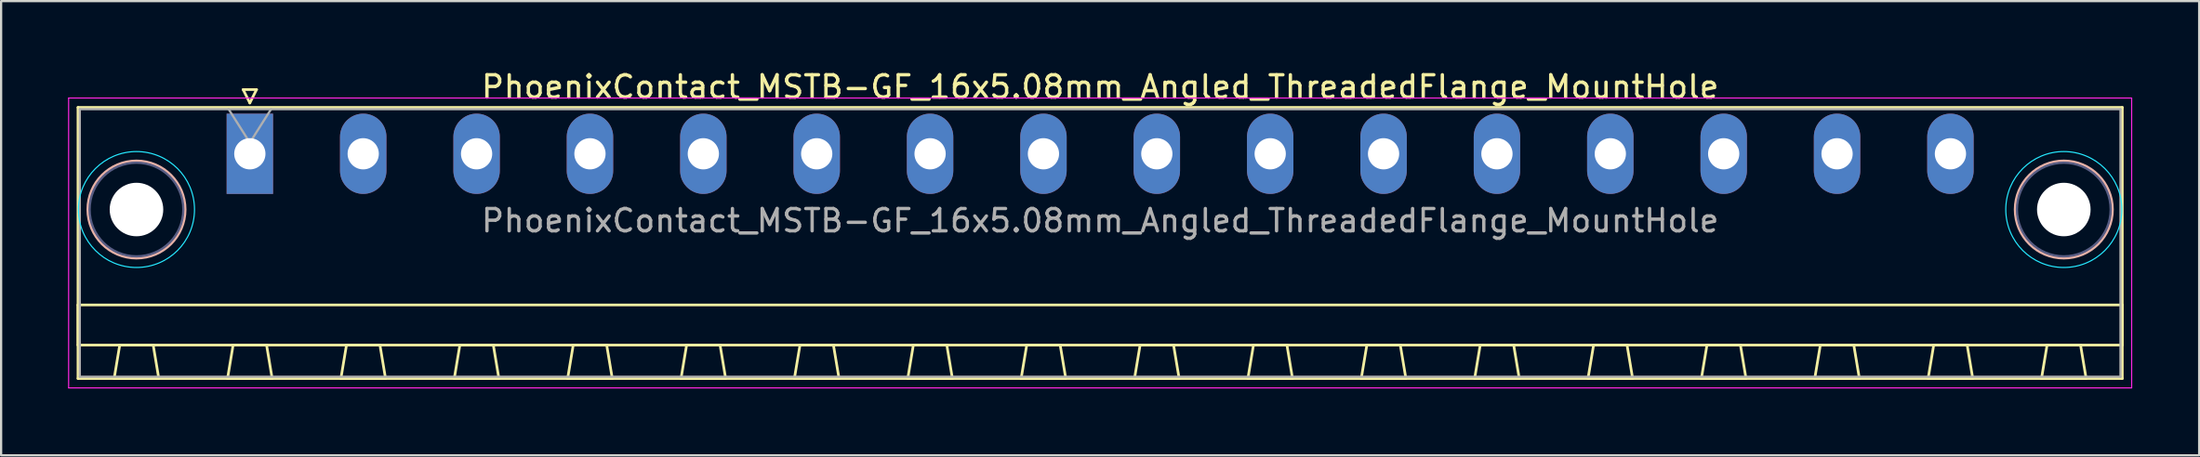
<source format=kicad_pcb>
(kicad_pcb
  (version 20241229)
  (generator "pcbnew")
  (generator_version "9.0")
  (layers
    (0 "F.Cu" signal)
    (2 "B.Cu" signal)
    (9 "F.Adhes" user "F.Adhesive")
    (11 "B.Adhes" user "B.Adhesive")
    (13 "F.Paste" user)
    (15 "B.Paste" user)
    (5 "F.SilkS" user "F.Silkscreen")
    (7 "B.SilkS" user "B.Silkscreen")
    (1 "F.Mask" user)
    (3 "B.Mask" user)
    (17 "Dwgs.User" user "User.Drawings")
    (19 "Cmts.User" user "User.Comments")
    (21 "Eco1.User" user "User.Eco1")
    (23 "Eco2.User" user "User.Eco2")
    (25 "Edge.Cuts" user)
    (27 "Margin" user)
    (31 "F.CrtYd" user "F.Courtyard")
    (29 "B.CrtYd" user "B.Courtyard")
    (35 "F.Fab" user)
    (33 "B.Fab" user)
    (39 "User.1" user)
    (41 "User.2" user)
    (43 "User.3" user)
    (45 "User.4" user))
  (footprint "PhoenixContact_MSTB-GF_16x5.08mm_Angled_ThreadedFlange_MountHole"
    (layer "F.Cu")
    (at 8.145 3.848)
    (property "Reference" "PhoenixContact_MSTB-GF_16x5.08mm_Angled_ThreadedFlange_MountHole" (at 38.1 -3 0) (layer "F.SilkS") (effects (font (size 1 1) (thickness 0.15))))
    (attr through_hole)
    (fp_line (start -7.7 -2.08) (end -7.7 10.08) (stroke (width 0.12) (type solid)) (layer "F.SilkS"))
    (fp_line (start -7.7 6.78) (end 83.9 6.78) (stroke (width 0.12) (type solid)) (layer "F.SilkS"))
    (fp_line (start -7.7 8.58) (end -7.7 6.78) (stroke (width 0.12) (type solid)) (layer "F.SilkS"))
    (fp_line (start -7.7 10.08) (end 83.9 10.08) (stroke (width 0.12) (type solid)) (layer "F.SilkS"))
    (fp_line (start -6.08 10.08) (end -4.08 10.08) (stroke (width 0.12) (type solid)) (layer "F.SilkS"))
    (fp_line (start -5.83 8.58) (end -6.08 10.08) (stroke (width 0.12) (type solid)) (layer "F.SilkS"))
    (fp_line (start -4.33 8.58) (end -5.83 8.58) (stroke (width 0.12) (type solid)) (layer "F.SilkS"))
    (fp_line (start -4.08 10.08) (end -4.33 8.58) (stroke (width 0.12) (type solid)) (layer "F.SilkS"))
    (fp_line (start -1 10.08) (end 1 10.08) (stroke (width 0.12) (type solid)) (layer "F.SilkS"))
    (fp_line (start -0.75 8.58) (end -1 10.08) (stroke (width 0.12) (type solid)) (layer "F.SilkS"))
    (fp_line (start -0.3 -2.88) (end 0.3 -2.88) (stroke (width 0.12) (type solid)) (layer "F.SilkS"))
    (fp_line (start 0 -2.28) (end -0.3 -2.88) (stroke (width 0.12) (type solid)) (layer "F.SilkS"))
    (fp_line (start 0.3 -2.88) (end 0 -2.28) (stroke (width 0.12) (type solid)) (layer "F.SilkS"))
    (fp_line (start 0.75 8.58) (end -0.75 8.58) (stroke (width 0.12) (type solid)) (layer "F.SilkS"))
    (fp_line (start 1 10.08) (end 0.75 8.58) (stroke (width 0.12) (type solid)) (layer "F.SilkS"))
    (fp_line (start 4.08 10.08) (end 6.08 10.08) (stroke (width 0.12) (type solid)) (layer "F.SilkS"))
    (fp_line (start 4.33 8.58) (end 4.08 10.08) (stroke (width 0.12) (type solid)) (layer "F.SilkS"))
    (fp_line (start 5.83 8.58) (end 4.33 8.58) (stroke (width 0.12) (type solid)) (layer "F.SilkS"))
    (fp_line (start 6.08 10.08) (end 5.83 8.58) (stroke (width 0.12) (type solid)) (layer "F.SilkS"))
    (fp_line (start 9.16 10.08) (end 11.16 10.08) (stroke (width 0.12) (type solid)) (layer "F.SilkS"))
    (fp_line (start 9.41 8.58) (end 9.16 10.08) (stroke (width 0.12) (type solid)) (layer "F.SilkS"))
    (fp_line (start 10.91 8.58) (end 9.41 8.58) (stroke (width 0.12) (type solid)) (layer "F.SilkS"))
    (fp_line (start 11.16 10.08) (end 10.91 8.58) (stroke (width 0.12) (type solid)) (layer "F.SilkS"))
    (fp_line (start 14.24 10.08) (end 16.24 10.08) (stroke (width 0.12) (type solid)) (layer "F.SilkS"))
    (fp_line (start 14.49 8.58) (end 14.24 10.08) (stroke (width 0.12) (type solid)) (layer "F.SilkS"))
    (fp_line (start 15.99 8.58) (end 14.49 8.58) (stroke (width 0.12) (type solid)) (layer "F.SilkS"))
    (fp_line (start 16.24 10.08) (end 15.99 8.58) (stroke (width 0.12) (type solid)) (layer "F.SilkS"))
    (fp_line (start 19.32 10.08) (end 21.32 10.08) (stroke (width 0.12) (type solid)) (layer "F.SilkS"))
    (fp_line (start 19.57 8.58) (end 19.32 10.08) (stroke (width 0.12) (type solid)) (layer "F.SilkS"))
    (fp_line (start 21.07 8.58) (end 19.57 8.58) (stroke (width 0.12) (type solid)) (layer "F.SilkS"))
    (fp_line (start 21.32 10.08) (end 21.07 8.58) (stroke (width 0.12) (type solid)) (layer "F.SilkS"))
    (fp_line (start 24.4 10.08) (end 26.4 10.08) (stroke (width 0.12) (type solid)) (layer "F.SilkS"))
    (fp_line (start 24.65 8.58) (end 24.4 10.08) (stroke (width 0.12) (type solid)) (layer "F.SilkS"))
    (fp_line (start 26.15 8.58) (end 24.65 8.58) (stroke (width 0.12) (type solid)) (layer "F.SilkS"))
    (fp_line (start 26.4 10.08) (end 26.15 8.58) (stroke (width 0.12) (type solid)) (layer "F.SilkS"))
    (fp_line (start 29.48 10.08) (end 31.48 10.08) (stroke (width 0.12) (type solid)) (layer "F.SilkS"))
    (fp_line (start 29.73 8.58) (end 29.48 10.08) (stroke (width 0.12) (type solid)) (layer "F.SilkS"))
    (fp_line (start 31.23 8.58) (end 29.73 8.58) (stroke (width 0.12) (type solid)) (layer "F.SilkS"))
    (fp_line (start 31.48 10.08) (end 31.23 8.58) (stroke (width 0.12) (type solid)) (layer "F.SilkS"))
    (fp_line (start 34.56 10.08) (end 36.56 10.08) (stroke (width 0.12) (type solid)) (layer "F.SilkS"))
    (fp_line (start 34.81 8.58) (end 34.56 10.08) (stroke (width 0.12) (type solid)) (layer "F.SilkS"))
    (fp_line (start 36.31 8.58) (end 34.81 8.58) (stroke (width 0.12) (type solid)) (layer "F.SilkS"))
    (fp_line (start 36.56 10.08) (end 36.31 8.58) (stroke (width 0.12) (type solid)) (layer "F.SilkS"))
    (fp_line (start 39.64 10.08) (end 41.64 10.08) (stroke (width 0.12) (type solid)) (layer "F.SilkS"))
    (fp_line (start 39.89 8.58) (end 39.64 10.08) (stroke (width 0.12) (type solid)) (layer "F.SilkS"))
    (fp_line (start 41.39 8.58) (end 39.89 8.58) (stroke (width 0.12) (type solid)) (layer "F.SilkS"))
    (fp_line (start 41.64 10.08) (end 41.39 8.58) (stroke (width 0.12) (type solid)) (layer "F.SilkS"))
    (fp_line (start 44.72 10.08) (end 46.72 10.08) (stroke (width 0.12) (type solid)) (layer "F.SilkS"))
    (fp_line (start 44.97 8.58) (end 44.72 10.08) (stroke (width 0.12) (type solid)) (layer "F.SilkS"))
    (fp_line (start 46.47 8.58) (end 44.97 8.58) (stroke (width 0.12) (type solid)) (layer "F.SilkS"))
    (fp_line (start 46.72 10.08) (end 46.47 8.58) (stroke (width 0.12) (type solid)) (layer "F.SilkS"))
    (fp_line (start 49.8 10.08) (end 51.8 10.08) (stroke (width 0.12) (type solid)) (layer "F.SilkS"))
    (fp_line (start 50.05 8.58) (end 49.8 10.08) (stroke (width 0.12) (type solid)) (layer "F.SilkS"))
    (fp_line (start 51.55 8.58) (end 50.05 8.58) (stroke (width 0.12) (type solid)) (layer "F.SilkS"))
    (fp_line (start 51.8 10.08) (end 51.55 8.58) (stroke (width 0.12) (type solid)) (layer "F.SilkS"))
    (fp_line (start 54.88 10.08) (end 56.88 10.08) (stroke (width 0.12) (type solid)) (layer "F.SilkS"))
    (fp_line (start 55.13 8.58) (end 54.88 10.08) (stroke (width 0.12) (type solid)) (layer "F.SilkS"))
    (fp_line (start 56.63 8.58) (end 55.13 8.58) (stroke (width 0.12) (type solid)) (layer "F.SilkS"))
    (fp_line (start 56.88 10.08) (end 56.63 8.58) (stroke (width 0.12) (type solid)) (layer "F.SilkS"))
    (fp_line (start 59.96 10.08) (end 61.96 10.08) (stroke (width 0.12) (type solid)) (layer "F.SilkS"))
    (fp_line (start 60.21 8.58) (end 59.96 10.08) (stroke (width 0.12) (type solid)) (layer "F.SilkS"))
    (fp_line (start 61.71 8.58) (end 60.21 8.58) (stroke (width 0.12) (type solid)) (layer "F.SilkS"))
    (fp_line (start 61.96 10.08) (end 61.71 8.58) (stroke (width 0.12) (type solid)) (layer "F.SilkS"))
    (fp_line (start 65.04 10.08) (end 67.04 10.08) (stroke (width 0.12) (type solid)) (layer "F.SilkS"))
    (fp_line (start 65.29 8.58) (end 65.04 10.08) (stroke (width 0.12) (type solid)) (layer "F.SilkS"))
    (fp_line (start 66.79 8.58) (end 65.29 8.58) (stroke (width 0.12) (type solid)) (layer "F.SilkS"))
    (fp_line (start 67.04 10.08) (end 66.79 8.58) (stroke (width 0.12) (type solid)) (layer "F.SilkS"))
    (fp_line (start 70.12 10.08) (end 72.12 10.08) (stroke (width 0.12) (type solid)) (layer "F.SilkS"))
    (fp_line (start 70.37 8.58) (end 70.12 10.08) (stroke (width 0.12) (type solid)) (layer "F.SilkS"))
    (fp_line (start 71.87 8.58) (end 70.37 8.58) (stroke (width 0.12) (type solid)) (layer "F.SilkS"))
    (fp_line (start 72.12 10.08) (end 71.87 8.58) (stroke (width 0.12) (type solid)) (layer "F.SilkS"))
    (fp_line (start 75.2 10.08) (end 77.2 10.08) (stroke (width 0.12) (type solid)) (layer "F.SilkS"))
    (fp_line (start 75.45 8.58) (end 75.2 10.08) (stroke (width 0.12) (type solid)) (layer "F.SilkS"))
    (fp_line (start 76.95 8.58) (end 75.45 8.58) (stroke (width 0.12) (type solid)) (layer "F.SilkS"))
    (fp_line (start 77.2 10.08) (end 76.95 8.58) (stroke (width 0.12) (type solid)) (layer "F.SilkS"))
    (fp_line (start 80.28 10.08) (end 82.28 10.08) (stroke (width 0.12) (type solid)) (layer "F.SilkS"))
    (fp_line (start 80.53 8.58) (end 80.28 10.08) (stroke (width 0.12) (type solid)) (layer "F.SilkS"))
    (fp_line (start 82.03 8.58) (end 80.53 8.58) (stroke (width 0.12) (type solid)) (layer "F.SilkS"))
    (fp_line (start 82.28 10.08) (end 82.03 8.58) (stroke (width 0.12) (type solid)) (layer "F.SilkS"))
    (fp_line (start 83.9 -2.08) (end -7.7 -2.08) (stroke (width 0.12) (type solid)) (layer "F.SilkS"))
    (fp_line (start 83.9 6.78) (end 83.9 8.58) (stroke (width 0.12) (type solid)) (layer "F.SilkS"))
    (fp_line (start 83.9 8.58) (end -7.7 8.58) (stroke (width 0.12) (type solid)) (layer "F.SilkS"))
    (fp_line (start 83.9 10.08) (end 83.9 -2.08) (stroke (width 0.12) (type solid)) (layer "F.SilkS"))
    (fp_circle (center -5.08 2.5) (end -2.9 2.5) (stroke (width 0.12) (type solid)) (fill no) (layer "B.SilkS"))
    (fp_circle (center 81.28 2.5) (end 83.46 2.5) (stroke (width 0.12) (type solid)) (fill no) (layer "B.SilkS"))
    (fp_circle (center -5.08 2.5) (end -2.48 2.5) (stroke (width 0.05) (type solid)) (fill no) (layer "B.CrtYd"))
    (fp_circle (center 81.28 2.5) (end 83.88 2.5) (stroke (width 0.05) (type solid)) (fill no) (layer "B.CrtYd"))
    (fp_line (start -8.12 -2.5) (end -8.12 10.5) (stroke (width 0.05) (type solid)) (layer "F.CrtYd"))
    (fp_line (start -8.12 10.5) (end 84.32 10.5) (stroke (width 0.05) (type solid)) (layer "F.CrtYd"))
    (fp_line (start 84.32 -2.5) (end -8.12 -2.5) (stroke (width 0.05) (type solid)) (layer "F.CrtYd"))
    (fp_line (start 84.32 10.5) (end 84.32 -2.5) (stroke (width 0.05) (type solid)) (layer "F.CrtYd"))
    (fp_circle (center -5.08 2.5) (end -2.98 2.5) (stroke (width 0.1) (type solid)) (fill no) (layer "B.Fab"))
    (fp_circle (center 81.28 2.5) (end 83.38 2.5) (stroke (width 0.1) (type solid)) (fill no) (layer "B.Fab"))
    (fp_line (start -7.62 -2) (end -7.62 10) (stroke (width 0.1) (type solid)) (layer "F.Fab"))
    (fp_line (start -7.62 10) (end 83.82 10) (stroke (width 0.1) (type solid)) (layer "F.Fab"))
    (fp_line (start 0 -0.5) (end -0.95 -2) (stroke (width 0.1) (type solid)) (layer "F.Fab"))
    (fp_line (start 0.95 -2) (end 0 -0.5) (stroke (width 0.1) (type solid)) (layer "F.Fab"))
    (fp_line (start 83.82 -2) (end -7.62 -2) (stroke (width 0.1) (type solid)) (layer "F.Fab"))
    (fp_line (start 83.82 10) (end 83.82 -2) (stroke (width 0.1) (type solid)) (layer "F.Fab"))
    (fp_text user "${REFERENCE}" (at 38.1 3 0) (layer "F.Fab") (effects (font (size 1 1) (thickness 0.15))))
    (pad "" np_thru_hole circle (at -5.08 2.5) (size 2.4 2.4) (drill 2.4) (layers "*.Cu" "*.Mask"))
    (pad "" np_thru_hole circle (at 81.28 2.5) (size 2.4 2.4) (drill 2.4) (layers "*.Cu" "*.Mask"))
    (pad "1" thru_hole rect (at 0 0) (size 2.08 3.6) (drill 1.4) (layers "*.Cu" "*.Mask"))
    (pad "2" thru_hole oval (at 5.08 0) (size 2.08 3.6) (drill 1.4) (layers "*.Cu" "*.Mask"))
    (pad "3" thru_hole oval (at 10.16 0) (size 2.08 3.6) (drill 1.4) (layers "*.Cu" "*.Mask"))
    (pad "4" thru_hole oval (at 15.24 0) (size 2.08 3.6) (drill 1.4) (layers "*.Cu" "*.Mask"))
    (pad "5" thru_hole oval (at 20.32 0) (size 2.08 3.6) (drill 1.4) (layers "*.Cu" "*.Mask"))
    (pad "6" thru_hole oval (at 25.4 0) (size 2.08 3.6) (drill 1.4) (layers "*.Cu" "*.Mask"))
    (pad "7" thru_hole oval (at 30.48 0) (size 2.08 3.6) (drill 1.4) (layers "*.Cu" "*.Mask"))
    (pad "8" thru_hole oval (at 35.56 0) (size 2.08 3.6) (drill 1.4) (layers "*.Cu" "*.Mask"))
    (pad "9" thru_hole oval (at 40.64 0) (size 2.08 3.6) (drill 1.4) (layers "*.Cu" "*.Mask"))
    (pad "10" thru_hole oval (at 45.72 0) (size 2.08 3.6) (drill 1.4) (layers "*.Cu" "*.Mask"))
    (pad "11" thru_hole oval (at 50.8 0) (size 2.08 3.6) (drill 1.4) (layers "*.Cu" "*.Mask"))
    (pad "12" thru_hole oval (at 55.88 0) (size 2.08 3.6) (drill 1.4) (layers "*.Cu" "*.Mask"))
    (pad "13" thru_hole oval (at 60.96 0) (size 2.08 3.6) (drill 1.4) (layers "*.Cu" "*.Mask"))
    (pad "14" thru_hole oval (at 66.04 0) (size 2.08 3.6) (drill 1.4) (layers "*.Cu" "*.Mask"))
    (pad "15" thru_hole oval (at 71.12 0) (size 2.08 3.6) (drill 1.4) (layers "*.Cu" "*.Mask"))
    (pad "16" thru_hole oval (at 76.2 0) (size 2.08 3.6) (drill 1.4) (layers "*.Cu" "*.Mask")))
  (gr_rect
    (start -3 -3)
    (end 95.49 17.373)
    (stroke (width 0.1) (type default))
    (fill no)
    (layer "Edge.Cuts")))
</source>
